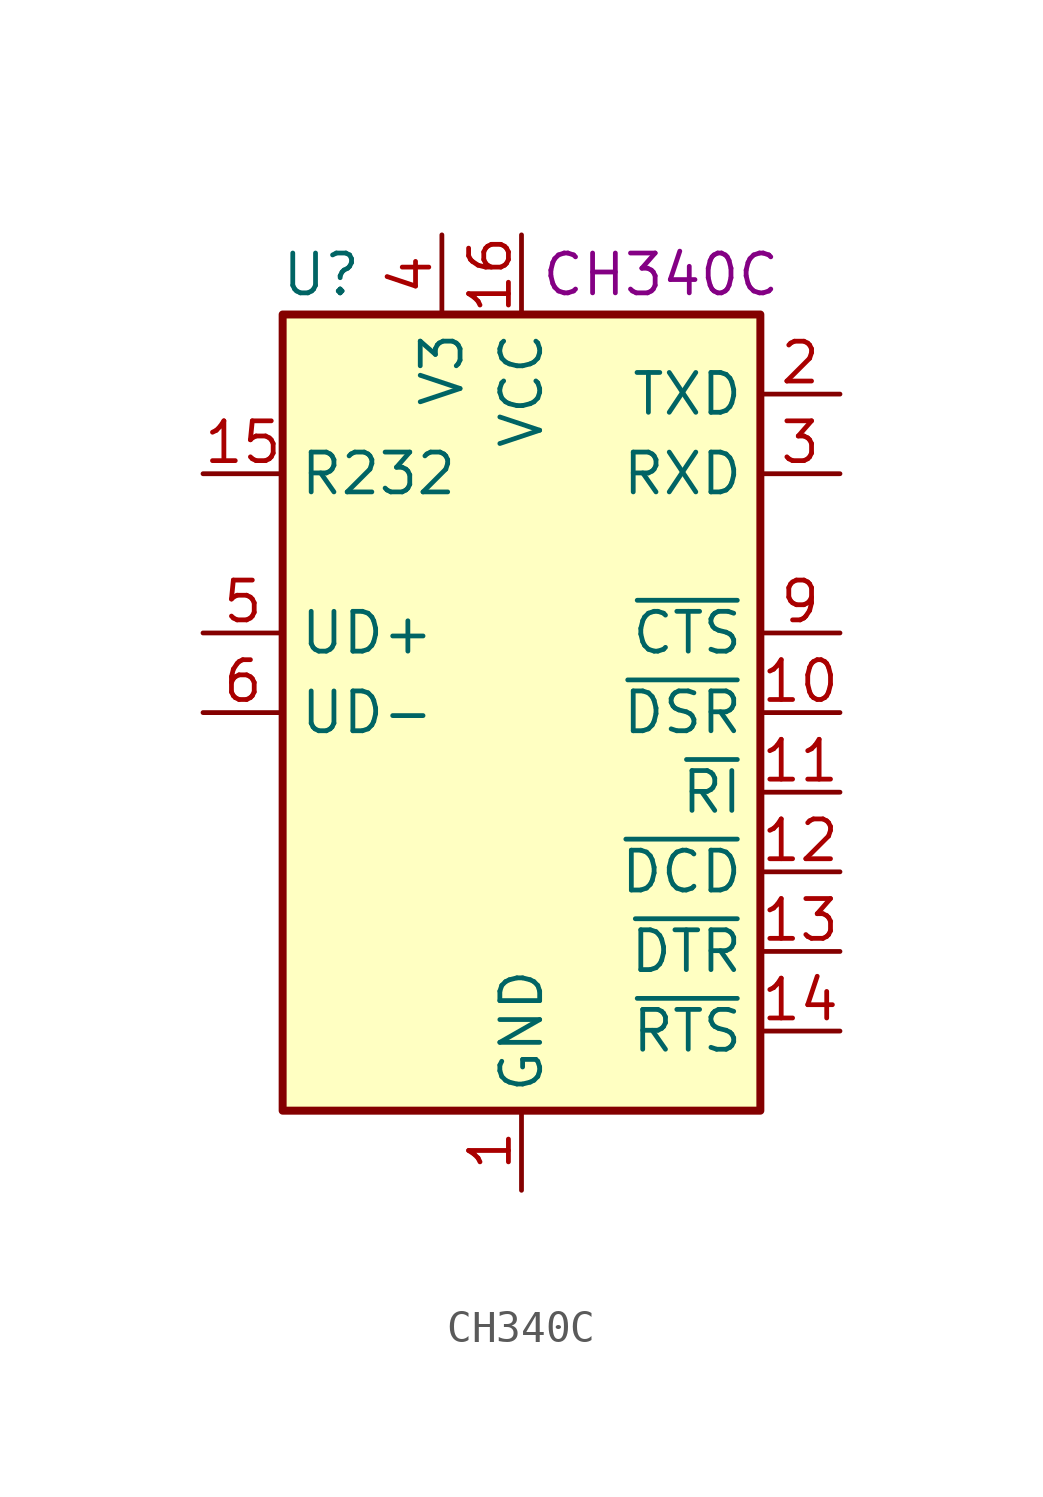
<source format=kicad_sym>
(kicad_symbol_lib
  (version 20220914)
  (generator kicad_symbol_editor)
  (symbol "CH340C"
    (property "Reference" "U"
      (at -5.08 13.97 0)
      (effects (font (size 1.27 1.27)) (justify right)))
    (property "UserValue" "CH340C"
      (at 4.445 13.97 0)
      (effects (font (size 1.27 1.27))))
    (symbol "CH340C_0_1"
      (rectangle (start -7.62 12.7) (end 7.62 -12.7) (stroke (width 0.254) (type default)) (fill (type background))))
    (symbol "CH340C_1_1"
      (pin power_in line (at 0 -15.24 90) (length 2.54) (name "GND" (effects (font (size 1.27 1.27)))) (number "1" (effects (font (size 1.27 1.27)))))
      (pin input line (at 10.16 0 180) (length 2.54) (name "~{DSR}" (effects (font (size 1.27 1.27)))) (number "10" (effects (font (size 1.27 1.27)))))
      (pin input line (at 10.16 -2.54 180) (length 2.54) (name "~{RI}" (effects (font (size 1.27 1.27)))) (number "11" (effects (font (size 1.27 1.27)))))
      (pin input line (at 10.16 -5.08 180) (length 2.54) (name "~{DCD}" (effects (font (size 1.27 1.27)))) (number "12" (effects (font (size 1.27 1.27)))))
      (pin output line (at 10.16 -7.62 180) (length 2.54) (name "~{DTR}" (effects (font (size 1.27 1.27)))) (number "13" (effects (font (size 1.27 1.27)))))
      (pin output line (at 10.16 -10.16 180) (length 2.54) (name "~{RTS}" (effects (font (size 1.27 1.27)))) (number "14" (effects (font (size 1.27 1.27)))))
      (pin input line (at -10.16 7.62 0) (length 2.54) (name "R232" (effects (font (size 1.27 1.27)))) (number "15" (effects (font (size 1.27 1.27)))))
      (pin power_in line (at 0 15.24 270) (length 2.54) (name "VCC" (effects (font (size 1.27 1.27)))) (number "16" (effects (font (size 1.27 1.27)))))
      (pin output line (at 10.16 10.16 180) (length 2.54) (name "TXD" (effects (font (size 1.27 1.27)))) (number "2" (effects (font (size 1.27 1.27)))))
      (pin input line (at 10.16 7.62 180) (length 2.54) (name "RXD" (effects (font (size 1.27 1.27)))) (number "3" (effects (font (size 1.27 1.27)))))
      (pin passive line (at -2.54 15.24 270) (length 2.54) (name "V3" (effects (font (size 1.27 1.27)))) (number "4" (effects (font (size 1.27 1.27)))))
      (pin bidirectional line (at -10.16 2.54 0) (length 2.54) (name "UD+" (effects (font (size 1.27 1.27)))) (number "5" (effects (font (size 1.27 1.27)))))
      (pin bidirectional line (at -10.16 0 0) (length 2.54) (name "UD-" (effects (font (size 1.27 1.27)))) (number "6" (effects (font (size 1.27 1.27)))))
      (pin no_connect line (at -7.62 -7.62 0) (length 2.54) hide (name "NC" (effects (font (size 1.27 1.27)))) (number "7" (effects (font (size 1.27 1.27)))))
      (pin no_connect line (at -7.62 -10.16 0) (length 2.54) hide (name "NC" (effects (font (size 1.27 1.27)))) (number "8" (effects (font (size 1.27 1.27)))))
      (pin input line (at 10.16 2.54 180) (length 2.54) (name "~{CTS}" (effects (font (size 1.27 1.27)))) (number "9" (effects (font (size 1.27 1.27))))))))
</source>
